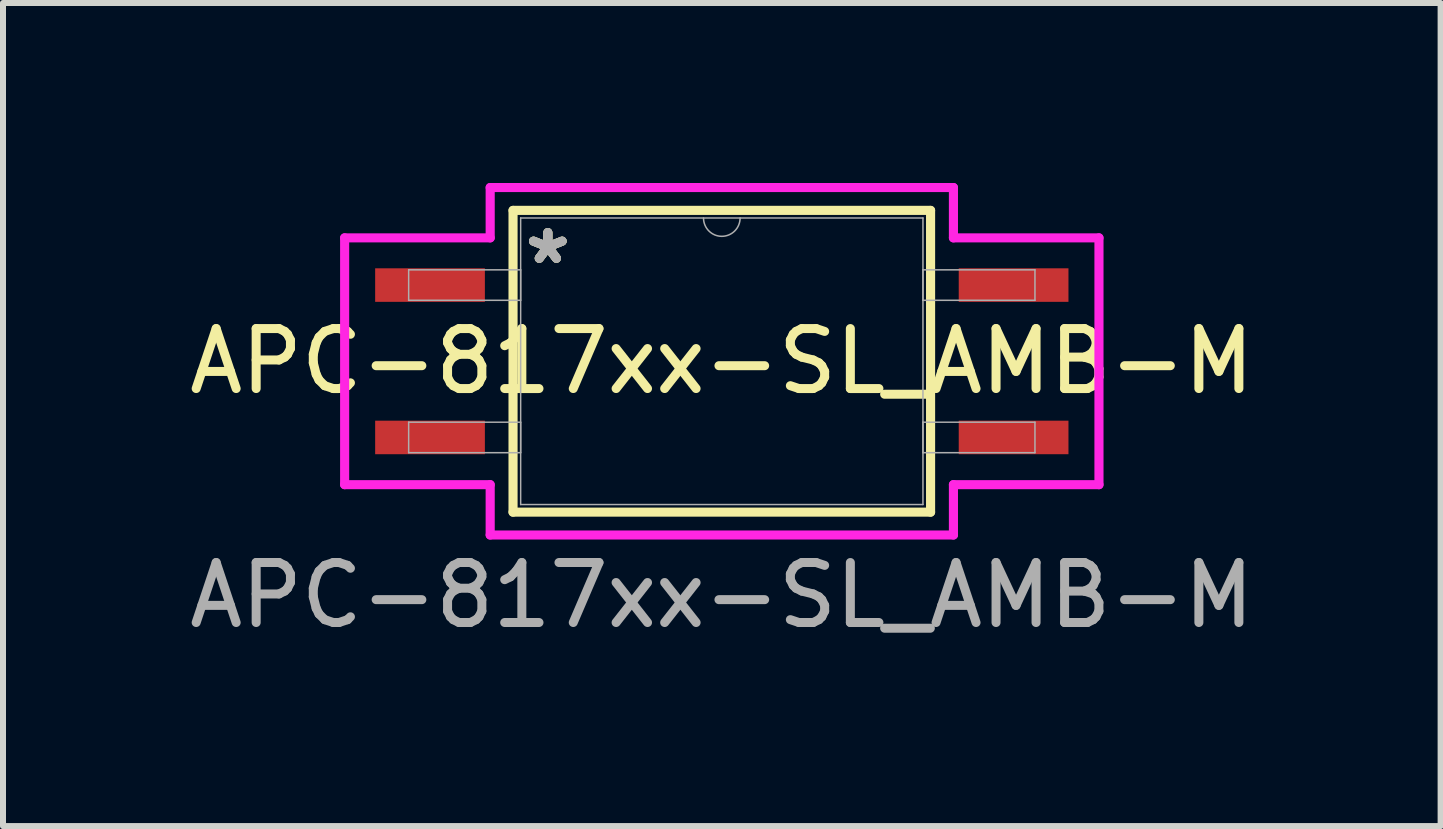
<source format=kicad_pcb>
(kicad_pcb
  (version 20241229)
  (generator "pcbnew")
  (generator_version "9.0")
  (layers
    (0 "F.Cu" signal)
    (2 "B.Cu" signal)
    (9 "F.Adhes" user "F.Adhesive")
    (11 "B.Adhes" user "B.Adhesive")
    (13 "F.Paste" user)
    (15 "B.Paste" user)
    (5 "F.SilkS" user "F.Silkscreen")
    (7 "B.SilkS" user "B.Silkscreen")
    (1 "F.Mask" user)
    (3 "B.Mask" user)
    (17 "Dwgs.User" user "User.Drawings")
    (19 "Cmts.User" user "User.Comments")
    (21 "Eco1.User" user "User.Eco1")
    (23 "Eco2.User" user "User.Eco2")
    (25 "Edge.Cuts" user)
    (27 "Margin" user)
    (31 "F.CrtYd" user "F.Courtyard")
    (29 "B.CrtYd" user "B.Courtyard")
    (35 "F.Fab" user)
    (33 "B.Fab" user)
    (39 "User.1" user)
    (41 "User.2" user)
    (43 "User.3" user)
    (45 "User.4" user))
  (footprint "APC-817xx-SL_AMB-M"
    (layer "F.Cu")
    (at 8.982 2.972)
    (property "Reference" "APC-817xx-SL_AMB-M" (at 0 0 0) (unlocked yes) (layer "F.SilkS") (effects (font (size 1 1) (thickness 0.15))))
    (attr smd)
    (fp_line (start -3.48 -2.515) (end -3.48 2.515) (stroke (width 0.152) (type solid)) (layer "F.SilkS"))
    (fp_line (start -3.48 2.515) (end 3.48 2.515) (stroke (width 0.152) (type solid)) (layer "F.SilkS"))
    (fp_line (start 3.48 -2.515) (end -3.48 -2.515) (stroke (width 0.152) (type solid)) (layer "F.SilkS"))
    (fp_line (start 3.48 2.515) (end 3.48 -2.515) (stroke (width 0.152) (type solid)) (layer "F.SilkS"))
    (fp_line (start -6.287 -2.057) (end -3.861 -2.057) (stroke (width 0.152) (type solid)) (layer "F.CrtYd"))
    (fp_line (start -6.287 2.057) (end -6.287 -2.057) (stroke (width 0.152) (type solid)) (layer "F.CrtYd"))
    (fp_line (start -6.287 2.057) (end -3.861 2.057) (stroke (width 0.152) (type solid)) (layer "F.CrtYd"))
    (fp_line (start -3.861 -2.896) (end 3.861 -2.896) (stroke (width 0.152) (type solid)) (layer "F.CrtYd"))
    (fp_line (start -3.861 -2.057) (end -3.861 -2.896) (stroke (width 0.152) (type solid)) (layer "F.CrtYd"))
    (fp_line (start -3.861 2.896) (end -3.861 2.057) (stroke (width 0.152) (type solid)) (layer "F.CrtYd"))
    (fp_line (start 3.861 -2.896) (end 3.861 -2.057) (stroke (width 0.152) (type solid)) (layer "F.CrtYd"))
    (fp_line (start 3.861 2.057) (end 3.861 2.896) (stroke (width 0.152) (type solid)) (layer "F.CrtYd"))
    (fp_line (start 3.861 2.896) (end -3.861 2.896) (stroke (width 0.152) (type solid)) (layer "F.CrtYd"))
    (fp_line (start 6.287 -2.057) (end 3.861 -2.057) (stroke (width 0.152) (type solid)) (layer "F.CrtYd"))
    (fp_line (start 6.287 -2.057) (end 6.287 2.057) (stroke (width 0.152) (type solid)) (layer "F.CrtYd"))
    (fp_line (start 6.287 2.057) (end 3.861 2.057) (stroke (width 0.152) (type solid)) (layer "F.CrtYd"))
    (fp_line (start -5.22 -1.524) (end -5.22 -1.016) (stroke (width 0.025) (type solid)) (layer "F.Fab"))
    (fp_line (start -5.22 -1.016) (end -3.353 -1.016) (stroke (width 0.025) (type solid)) (layer "F.Fab"))
    (fp_line (start -5.22 1.016) (end -5.22 1.524) (stroke (width 0.025) (type solid)) (layer "F.Fab"))
    (fp_line (start -5.22 1.524) (end -3.353 1.524) (stroke (width 0.025) (type solid)) (layer "F.Fab"))
    (fp_line (start -3.353 -2.388) (end -3.353 2.388) (stroke (width 0.025) (type solid)) (layer "F.Fab"))
    (fp_line (start -3.353 -1.524) (end -5.22 -1.524) (stroke (width 0.025) (type solid)) (layer "F.Fab"))
    (fp_line (start -3.353 -1.016) (end -3.353 -1.524) (stroke (width 0.025) (type solid)) (layer "F.Fab"))
    (fp_line (start -3.353 1.016) (end -5.22 1.016) (stroke (width 0.025) (type solid)) (layer "F.Fab"))
    (fp_line (start -3.353 1.524) (end -3.353 1.016) (stroke (width 0.025) (type solid)) (layer "F.Fab"))
    (fp_line (start -3.353 2.388) (end 3.353 2.388) (stroke (width 0.025) (type solid)) (layer "F.Fab"))
    (fp_line (start 3.353 -2.388) (end -3.353 -2.388) (stroke (width 0.025) (type solid)) (layer "F.Fab"))
    (fp_line (start 3.353 -1.524) (end 3.353 -1.016) (stroke (width 0.025) (type solid)) (layer "F.Fab"))
    (fp_line (start 3.353 -1.016) (end 5.22 -1.016) (stroke (width 0.025) (type solid)) (layer "F.Fab"))
    (fp_line (start 3.353 1.016) (end 3.353 1.524) (stroke (width 0.025) (type solid)) (layer "F.Fab"))
    (fp_line (start 3.353 1.524) (end 5.22 1.524) (stroke (width 0.025) (type solid)) (layer "F.Fab"))
    (fp_line (start 3.353 2.388) (end 3.353 -2.388) (stroke (width 0.025) (type solid)) (layer "F.Fab"))
    (fp_line (start 5.22 -1.524) (end 3.353 -1.524) (stroke (width 0.025) (type solid)) (layer "F.Fab"))
    (fp_line (start 5.22 -1.016) (end 5.22 -1.524) (stroke (width 0.025) (type solid)) (layer "F.Fab"))
    (fp_line (start 5.22 1.016) (end 3.353 1.016) (stroke (width 0.025) (type solid)) (layer "F.Fab"))
    (fp_line (start 5.22 1.524) (end 5.22 1.016) (stroke (width 0.025) (type solid)) (layer "F.Fab"))
    (fp_arc (start 0.3048 -2.3876) (mid 0 -2.0828) (end -0.3048 -2.3876) (stroke (width 0.0254) (type solid)) (layer "F.Fab"))
    (fp_text user "*" (at -2.9 -1.6 0) (unlocked yes) (layer "F.SilkS") (effects (font (size 1 1) (thickness 0.15))))
    (fp_text user "*" (at -2.9 -1.6 0) (layer "F.SilkS") (effects (font (size 1 1) (thickness 0.15))))
    (fp_text user "*" (at -2.9 -1.6 0) (unlocked yes) (layer "F.Fab") (effects (font (size 1 1) (thickness 0.15))))
    (fp_text user "*" (at -2.9 -1.6 0) (layer "F.Fab") (effects (font (size 1 1) (thickness 0.15))))
    (fp_text user "${REFERENCE}" (at 0 3.9 0) (unlocked yes) (layer "F.Fab") (effects (font (size 1 1) (thickness 0.15))))
    (pad "1" smd rect (at -4.864 -1.27) (size 1.829 0.559) (layers "F.Cu" "F.Mask" "F.Paste"))
    (pad "2" smd rect (at -4.864 1.27) (size 1.829 0.559) (layers "F.Cu" "F.Mask" "F.Paste"))
    (pad "3" smd rect (at 4.864 1.27) (size 1.829 0.559) (layers "F.Cu" "F.Mask" "F.Paste"))
    (pad "4" smd rect (at 4.864 -1.27) (size 1.829 0.559) (layers "F.Cu" "F.Mask" "F.Paste")))
  (gr_rect
    (start -3 -3)
    (end 20.964 10.72)
    (stroke (width 0.1) (type default))
    (fill no)
    (layer "Edge.Cuts")))
</source>
